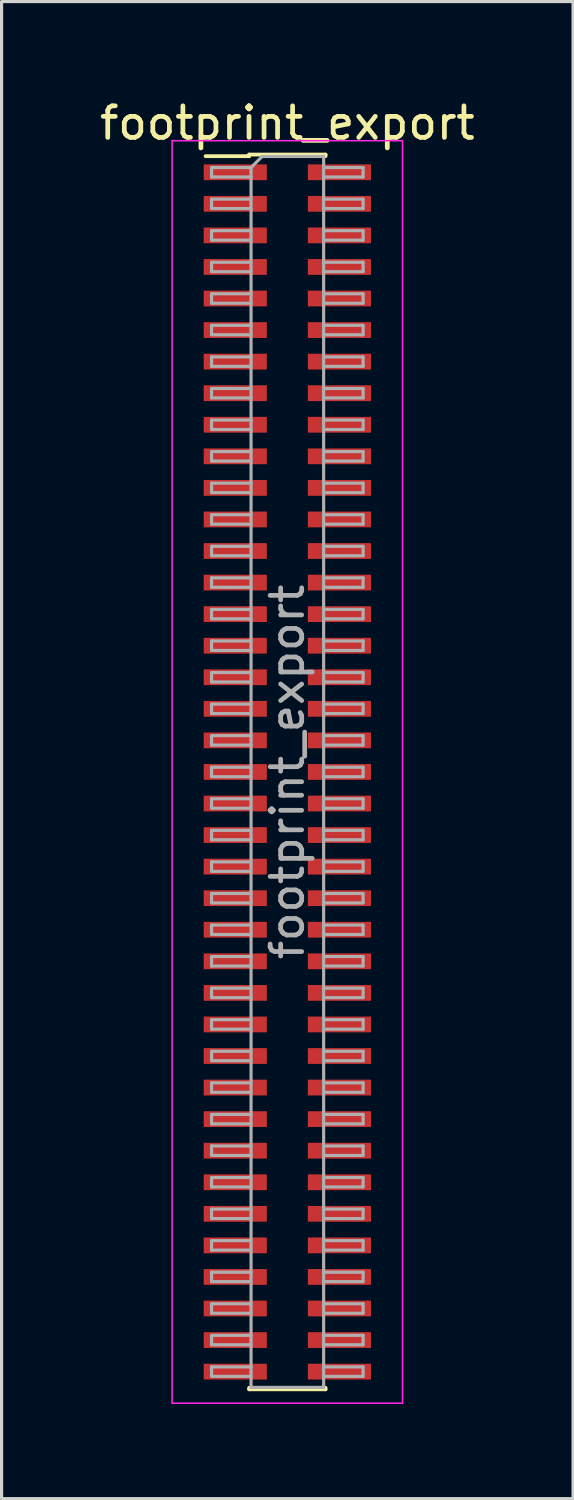
<source format=kicad_pcb>
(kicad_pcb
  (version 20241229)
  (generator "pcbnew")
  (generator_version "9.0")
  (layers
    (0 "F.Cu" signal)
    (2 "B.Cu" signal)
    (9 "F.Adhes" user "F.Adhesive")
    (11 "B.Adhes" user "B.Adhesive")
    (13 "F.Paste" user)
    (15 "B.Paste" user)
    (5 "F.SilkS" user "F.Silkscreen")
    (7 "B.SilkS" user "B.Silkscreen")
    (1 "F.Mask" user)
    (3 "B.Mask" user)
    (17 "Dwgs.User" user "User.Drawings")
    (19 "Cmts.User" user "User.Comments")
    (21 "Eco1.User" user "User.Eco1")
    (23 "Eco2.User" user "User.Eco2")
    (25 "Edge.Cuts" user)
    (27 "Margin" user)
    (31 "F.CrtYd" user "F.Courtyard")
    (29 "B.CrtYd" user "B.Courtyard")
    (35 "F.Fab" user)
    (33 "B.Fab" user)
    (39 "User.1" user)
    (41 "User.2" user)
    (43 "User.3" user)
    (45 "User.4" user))
  (footprint "footprint_export"
    (layer "F.Cu")
    (at 6.054 21.408)
    (property "Reference" "footprint_export" (at 0 -20.56 0) (layer "F.SilkS") (effects (font (size 1 1) (thickness 0.15))))
    (attr smd)
    (fp_line (start -2.59 -19.51) (end -1.21 -19.51) (stroke (width 0.12) (type solid)) (layer "F.SilkS"))
    (fp_line (start -1.21 -19.56) (end -1.21 -19.51) (stroke (width 0.12) (type solid)) (layer "F.SilkS"))
    (fp_line (start -1.21 -19.56) (end 1.21 -19.56) (stroke (width 0.12) (type solid)) (layer "F.SilkS"))
    (fp_line (start -1.21 19.51) (end -1.21 19.56) (stroke (width 0.12) (type solid)) (layer "F.SilkS"))
    (fp_line (start -1.21 19.56) (end 1.21 19.56) (stroke (width 0.12) (type solid)) (layer "F.SilkS"))
    (fp_line (start 1.21 -19.56) (end 1.21 -19.51) (stroke (width 0.12) (type solid)) (layer "F.SilkS"))
    (fp_line (start 1.21 19.51) (end 1.21 19.56) (stroke (width 0.12) (type solid)) (layer "F.SilkS"))
    (fp_line (start -3.65 -20) (end -3.65 20) (stroke (width 0.05) (type solid)) (layer "F.CrtYd"))
    (fp_line (start -3.65 20) (end 3.65 20) (stroke (width 0.05) (type solid)) (layer "F.CrtYd"))
    (fp_line (start 3.65 -20) (end -3.65 -20) (stroke (width 0.05) (type solid)) (layer "F.CrtYd"))
    (fp_line (start 3.65 20) (end 3.65 -20) (stroke (width 0.05) (type solid)) (layer "F.CrtYd"))
    (fp_line (start -2.4 -19.15) (end -2.4 -18.85) (stroke (width 0.1) (type solid)) (layer "F.Fab"))
    (fp_line (start -2.4 -18.85) (end -1.15 -18.85) (stroke (width 0.1) (type solid)) (layer "F.Fab"))
    (fp_line (start -2.4 -18.15) (end -2.4 -17.85) (stroke (width 0.1) (type solid)) (layer "F.Fab"))
    (fp_line (start -2.4 -17.85) (end -1.15 -17.85) (stroke (width 0.1) (type solid)) (layer "F.Fab"))
    (fp_line (start -2.4 -17.15) (end -2.4 -16.85) (stroke (width 0.1) (type solid)) (layer "F.Fab"))
    (fp_line (start -2.4 -16.85) (end -1.15 -16.85) (stroke (width 0.1) (type solid)) (layer "F.Fab"))
    (fp_line (start -2.4 -16.15) (end -2.4 -15.85) (stroke (width 0.1) (type solid)) (layer "F.Fab"))
    (fp_line (start -2.4 -15.85) (end -1.15 -15.85) (stroke (width 0.1) (type solid)) (layer "F.Fab"))
    (fp_line (start -2.4 -15.15) (end -2.4 -14.85) (stroke (width 0.1) (type solid)) (layer "F.Fab"))
    (fp_line (start -2.4 -14.85) (end -1.15 -14.85) (stroke (width 0.1) (type solid)) (layer "F.Fab"))
    (fp_line (start -2.4 -14.15) (end -2.4 -13.85) (stroke (width 0.1) (type solid)) (layer "F.Fab"))
    (fp_line (start -2.4 -13.85) (end -1.15 -13.85) (stroke (width 0.1) (type solid)) (layer "F.Fab"))
    (fp_line (start -2.4 -13.15) (end -2.4 -12.85) (stroke (width 0.1) (type solid)) (layer "F.Fab"))
    (fp_line (start -2.4 -12.85) (end -1.15 -12.85) (stroke (width 0.1) (type solid)) (layer "F.Fab"))
    (fp_line (start -2.4 -12.15) (end -2.4 -11.85) (stroke (width 0.1) (type solid)) (layer "F.Fab"))
    (fp_line (start -2.4 -11.85) (end -1.15 -11.85) (stroke (width 0.1) (type solid)) (layer "F.Fab"))
    (fp_line (start -2.4 -11.15) (end -2.4 -10.85) (stroke (width 0.1) (type solid)) (layer "F.Fab"))
    (fp_line (start -2.4 -10.85) (end -1.15 -10.85) (stroke (width 0.1) (type solid)) (layer "F.Fab"))
    (fp_line (start -2.4 -10.15) (end -2.4 -9.85) (stroke (width 0.1) (type solid)) (layer "F.Fab"))
    (fp_line (start -2.4 -9.85) (end -1.15 -9.85) (stroke (width 0.1) (type solid)) (layer "F.Fab"))
    (fp_line (start -2.4 -9.15) (end -2.4 -8.85) (stroke (width 0.1) (type solid)) (layer "F.Fab"))
    (fp_line (start -2.4 -8.85) (end -1.15 -8.85) (stroke (width 0.1) (type solid)) (layer "F.Fab"))
    (fp_line (start -2.4 -8.15) (end -2.4 -7.85) (stroke (width 0.1) (type solid)) (layer "F.Fab"))
    (fp_line (start -2.4 -7.85) (end -1.15 -7.85) (stroke (width 0.1) (type solid)) (layer "F.Fab"))
    (fp_line (start -2.4 -7.15) (end -2.4 -6.85) (stroke (width 0.1) (type solid)) (layer "F.Fab"))
    (fp_line (start -2.4 -6.85) (end -1.15 -6.85) (stroke (width 0.1) (type solid)) (layer "F.Fab"))
    (fp_line (start -2.4 -6.15) (end -2.4 -5.85) (stroke (width 0.1) (type solid)) (layer "F.Fab"))
    (fp_line (start -2.4 -5.85) (end -1.15 -5.85) (stroke (width 0.1) (type solid)) (layer "F.Fab"))
    (fp_line (start -2.4 -5.15) (end -2.4 -4.85) (stroke (width 0.1) (type solid)) (layer "F.Fab"))
    (fp_line (start -2.4 -4.85) (end -1.15 -4.85) (stroke (width 0.1) (type solid)) (layer "F.Fab"))
    (fp_line (start -2.4 -4.15) (end -2.4 -3.85) (stroke (width 0.1) (type solid)) (layer "F.Fab"))
    (fp_line (start -2.4 -3.85) (end -1.15 -3.85) (stroke (width 0.1) (type solid)) (layer "F.Fab"))
    (fp_line (start -2.4 -3.15) (end -2.4 -2.85) (stroke (width 0.1) (type solid)) (layer "F.Fab"))
    (fp_line (start -2.4 -2.85) (end -1.15 -2.85) (stroke (width 0.1) (type solid)) (layer "F.Fab"))
    (fp_line (start -2.4 -2.15) (end -2.4 -1.85) (stroke (width 0.1) (type solid)) (layer "F.Fab"))
    (fp_line (start -2.4 -1.85) (end -1.15 -1.85) (stroke (width 0.1) (type solid)) (layer "F.Fab"))
    (fp_line (start -2.4 -1.15) (end -2.4 -0.85) (stroke (width 0.1) (type solid)) (layer "F.Fab"))
    (fp_line (start -2.4 -0.85) (end -1.15 -0.85) (stroke (width 0.1) (type solid)) (layer "F.Fab"))
    (fp_line (start -2.4 -0.15) (end -2.4 0.15) (stroke (width 0.1) (type solid)) (layer "F.Fab"))
    (fp_line (start -2.4 0.15) (end -1.15 0.15) (stroke (width 0.1) (type solid)) (layer "F.Fab"))
    (fp_line (start -2.4 0.85) (end -2.4 1.15) (stroke (width 0.1) (type solid)) (layer "F.Fab"))
    (fp_line (start -2.4 1.15) (end -1.15 1.15) (stroke (width 0.1) (type solid)) (layer "F.Fab"))
    (fp_line (start -2.4 1.85) (end -2.4 2.15) (stroke (width 0.1) (type solid)) (layer "F.Fab"))
    (fp_line (start -2.4 2.15) (end -1.15 2.15) (stroke (width 0.1) (type solid)) (layer "F.Fab"))
    (fp_line (start -2.4 2.85) (end -2.4 3.15) (stroke (width 0.1) (type solid)) (layer "F.Fab"))
    (fp_line (start -2.4 3.15) (end -1.15 3.15) (stroke (width 0.1) (type solid)) (layer "F.Fab"))
    (fp_line (start -2.4 3.85) (end -2.4 4.15) (stroke (width 0.1) (type solid)) (layer "F.Fab"))
    (fp_line (start -2.4 4.15) (end -1.15 4.15) (stroke (width 0.1) (type solid)) (layer "F.Fab"))
    (fp_line (start -2.4 4.85) (end -2.4 5.15) (stroke (width 0.1) (type solid)) (layer "F.Fab"))
    (fp_line (start -2.4 5.15) (end -1.15 5.15) (stroke (width 0.1) (type solid)) (layer "F.Fab"))
    (fp_line (start -2.4 5.85) (end -2.4 6.15) (stroke (width 0.1) (type solid)) (layer "F.Fab"))
    (fp_line (start -2.4 6.15) (end -1.15 6.15) (stroke (width 0.1) (type solid)) (layer "F.Fab"))
    (fp_line (start -2.4 6.85) (end -2.4 7.15) (stroke (width 0.1) (type solid)) (layer "F.Fab"))
    (fp_line (start -2.4 7.15) (end -1.15 7.15) (stroke (width 0.1) (type solid)) (layer "F.Fab"))
    (fp_line (start -2.4 7.85) (end -2.4 8.15) (stroke (width 0.1) (type solid)) (layer "F.Fab"))
    (fp_line (start -2.4 8.15) (end -1.15 8.15) (stroke (width 0.1) (type solid)) (layer "F.Fab"))
    (fp_line (start -2.4 8.85) (end -2.4 9.15) (stroke (width 0.1) (type solid)) (layer "F.Fab"))
    (fp_line (start -2.4 9.15) (end -1.15 9.15) (stroke (width 0.1) (type solid)) (layer "F.Fab"))
    (fp_line (start -2.4 9.85) (end -2.4 10.15) (stroke (width 0.1) (type solid)) (layer "F.Fab"))
    (fp_line (start -2.4 10.15) (end -1.15 10.15) (stroke (width 0.1) (type solid)) (layer "F.Fab"))
    (fp_line (start -2.4 10.85) (end -2.4 11.15) (stroke (width 0.1) (type solid)) (layer "F.Fab"))
    (fp_line (start -2.4 11.15) (end -1.15 11.15) (stroke (width 0.1) (type solid)) (layer "F.Fab"))
    (fp_line (start -2.4 11.85) (end -2.4 12.15) (stroke (width 0.1) (type solid)) (layer "F.Fab"))
    (fp_line (start -2.4 12.15) (end -1.15 12.15) (stroke (width 0.1) (type solid)) (layer "F.Fab"))
    (fp_line (start -2.4 12.85) (end -2.4 13.15) (stroke (width 0.1) (type solid)) (layer "F.Fab"))
    (fp_line (start -2.4 13.15) (end -1.15 13.15) (stroke (width 0.1) (type solid)) (layer "F.Fab"))
    (fp_line (start -2.4 13.85) (end -2.4 14.15) (stroke (width 0.1) (type solid)) (layer "F.Fab"))
    (fp_line (start -2.4 14.15) (end -1.15 14.15) (stroke (width 0.1) (type solid)) (layer "F.Fab"))
    (fp_line (start -2.4 14.85) (end -2.4 15.15) (stroke (width 0.1) (type solid)) (layer "F.Fab"))
    (fp_line (start -2.4 15.15) (end -1.15 15.15) (stroke (width 0.1) (type solid)) (layer "F.Fab"))
    (fp_line (start -2.4 15.85) (end -2.4 16.15) (stroke (width 0.1) (type solid)) (layer "F.Fab"))
    (fp_line (start -2.4 16.15) (end -1.15 16.15) (stroke (width 0.1) (type solid)) (layer "F.Fab"))
    (fp_line (start -2.4 16.85) (end -2.4 17.15) (stroke (width 0.1) (type solid)) (layer "F.Fab"))
    (fp_line (start -2.4 17.15) (end -1.15 17.15) (stroke (width 0.1) (type solid)) (layer "F.Fab"))
    (fp_line (start -2.4 17.85) (end -2.4 18.15) (stroke (width 0.1) (type solid)) (layer "F.Fab"))
    (fp_line (start -2.4 18.15) (end -1.15 18.15) (stroke (width 0.1) (type solid)) (layer "F.Fab"))
    (fp_line (start -2.4 18.85) (end -2.4 19.15) (stroke (width 0.1) (type solid)) (layer "F.Fab"))
    (fp_line (start -2.4 19.15) (end -1.15 19.15) (stroke (width 0.1) (type solid)) (layer "F.Fab"))
    (fp_line (start -1.15 -19.15) (end -2.4 -19.15) (stroke (width 0.1) (type solid)) (layer "F.Fab"))
    (fp_line (start -1.15 -19.15) (end -0.8 -19.5) (stroke (width 0.1) (type solid)) (layer "F.Fab"))
    (fp_line (start -1.15 -18.15) (end -2.4 -18.15) (stroke (width 0.1) (type solid)) (layer "F.Fab"))
    (fp_line (start -1.15 -17.15) (end -2.4 -17.15) (stroke (width 0.1) (type solid)) (layer "F.Fab"))
    (fp_line (start -1.15 -16.15) (end -2.4 -16.15) (stroke (width 0.1) (type solid)) (layer "F.Fab"))
    (fp_line (start -1.15 -15.15) (end -2.4 -15.15) (stroke (width 0.1) (type solid)) (layer "F.Fab"))
    (fp_line (start -1.15 -14.15) (end -2.4 -14.15) (stroke (width 0.1) (type solid)) (layer "F.Fab"))
    (fp_line (start -1.15 -13.15) (end -2.4 -13.15) (stroke (width 0.1) (type solid)) (layer "F.Fab"))
    (fp_line (start -1.15 -12.15) (end -2.4 -12.15) (stroke (width 0.1) (type solid)) (layer "F.Fab"))
    (fp_line (start -1.15 -11.15) (end -2.4 -11.15) (stroke (width 0.1) (type solid)) (layer "F.Fab"))
    (fp_line (start -1.15 -10.15) (end -2.4 -10.15) (stroke (width 0.1) (type solid)) (layer "F.Fab"))
    (fp_line (start -1.15 -9.15) (end -2.4 -9.15) (stroke (width 0.1) (type solid)) (layer "F.Fab"))
    (fp_line (start -1.15 -8.15) (end -2.4 -8.15) (stroke (width 0.1) (type solid)) (layer "F.Fab"))
    (fp_line (start -1.15 -7.15) (end -2.4 -7.15) (stroke (width 0.1) (type solid)) (layer "F.Fab"))
    (fp_line (start -1.15 -6.15) (end -2.4 -6.15) (stroke (width 0.1) (type solid)) (layer "F.Fab"))
    (fp_line (start -1.15 -5.15) (end -2.4 -5.15) (stroke (width 0.1) (type solid)) (layer "F.Fab"))
    (fp_line (start -1.15 -4.15) (end -2.4 -4.15) (stroke (width 0.1) (type solid)) (layer "F.Fab"))
    (fp_line (start -1.15 -3.15) (end -2.4 -3.15) (stroke (width 0.1) (type solid)) (layer "F.Fab"))
    (fp_line (start -1.15 -2.15) (end -2.4 -2.15) (stroke (width 0.1) (type solid)) (layer "F.Fab"))
    (fp_line (start -1.15 -1.15) (end -2.4 -1.15) (stroke (width 0.1) (type solid)) (layer "F.Fab"))
    (fp_line (start -1.15 -0.15) (end -2.4 -0.15) (stroke (width 0.1) (type solid)) (layer "F.Fab"))
    (fp_line (start -1.15 0.85) (end -2.4 0.85) (stroke (width 0.1) (type solid)) (layer "F.Fab"))
    (fp_line (start -1.15 1.85) (end -2.4 1.85) (stroke (width 0.1) (type solid)) (layer "F.Fab"))
    (fp_line (start -1.15 2.85) (end -2.4 2.85) (stroke (width 0.1) (type solid)) (layer "F.Fab"))
    (fp_line (start -1.15 3.85) (end -2.4 3.85) (stroke (width 0.1) (type solid)) (layer "F.Fab"))
    (fp_line (start -1.15 4.85) (end -2.4 4.85) (stroke (width 0.1) (type solid)) (layer "F.Fab"))
    (fp_line (start -1.15 5.85) (end -2.4 5.85) (stroke (width 0.1) (type solid)) (layer "F.Fab"))
    (fp_line (start -1.15 6.85) (end -2.4 6.85) (stroke (width 0.1) (type solid)) (layer "F.Fab"))
    (fp_line (start -1.15 7.85) (end -2.4 7.85) (stroke (width 0.1) (type solid)) (layer "F.Fab"))
    (fp_line (start -1.15 8.85) (end -2.4 8.85) (stroke (width 0.1) (type solid)) (layer "F.Fab"))
    (fp_line (start -1.15 9.85) (end -2.4 9.85) (stroke (width 0.1) (type solid)) (layer "F.Fab"))
    (fp_line (start -1.15 10.85) (end -2.4 10.85) (stroke (width 0.1) (type solid)) (layer "F.Fab"))
    (fp_line (start -1.15 11.85) (end -2.4 11.85) (stroke (width 0.1) (type solid)) (layer "F.Fab"))
    (fp_line (start -1.15 12.85) (end -2.4 12.85) (stroke (width 0.1) (type solid)) (layer "F.Fab"))
    (fp_line (start -1.15 13.85) (end -2.4 13.85) (stroke (width 0.1) (type solid)) (layer "F.Fab"))
    (fp_line (start -1.15 14.85) (end -2.4 14.85) (stroke (width 0.1) (type solid)) (layer "F.Fab"))
    (fp_line (start -1.15 15.85) (end -2.4 15.85) (stroke (width 0.1) (type solid)) (layer "F.Fab"))
    (fp_line (start -1.15 16.85) (end -2.4 16.85) (stroke (width 0.1) (type solid)) (layer "F.Fab"))
    (fp_line (start -1.15 17.85) (end -2.4 17.85) (stroke (width 0.1) (type solid)) (layer "F.Fab"))
    (fp_line (start -1.15 18.85) (end -2.4 18.85) (stroke (width 0.1) (type solid)) (layer "F.Fab"))
    (fp_line (start -1.15 19.5) (end -1.15 -19.15) (stroke (width 0.1) (type solid)) (layer "F.Fab"))
    (fp_line (start -0.8 -19.5) (end 1.15 -19.5) (stroke (width 0.1) (type solid)) (layer "F.Fab"))
    (fp_line (start 1.15 -19.5) (end 1.15 19.5) (stroke (width 0.1) (type solid)) (layer "F.Fab"))
    (fp_line (start 1.15 -19.15) (end 2.4 -19.15) (stroke (width 0.1) (type solid)) (layer "F.Fab"))
    (fp_line (start 1.15 -18.15) (end 2.4 -18.15) (stroke (width 0.1) (type solid)) (layer "F.Fab"))
    (fp_line (start 1.15 -17.15) (end 2.4 -17.15) (stroke (width 0.1) (type solid)) (layer "F.Fab"))
    (fp_line (start 1.15 -16.15) (end 2.4 -16.15) (stroke (width 0.1) (type solid)) (layer "F.Fab"))
    (fp_line (start 1.15 -15.15) (end 2.4 -15.15) (stroke (width 0.1) (type solid)) (layer "F.Fab"))
    (fp_line (start 1.15 -14.15) (end 2.4 -14.15) (stroke (width 0.1) (type solid)) (layer "F.Fab"))
    (fp_line (start 1.15 -13.15) (end 2.4 -13.15) (stroke (width 0.1) (type solid)) (layer "F.Fab"))
    (fp_line (start 1.15 -12.15) (end 2.4 -12.15) (stroke (width 0.1) (type solid)) (layer "F.Fab"))
    (fp_line (start 1.15 -11.15) (end 2.4 -11.15) (stroke (width 0.1) (type solid)) (layer "F.Fab"))
    (fp_line (start 1.15 -10.15) (end 2.4 -10.15) (stroke (width 0.1) (type solid)) (layer "F.Fab"))
    (fp_line (start 1.15 -9.15) (end 2.4 -9.15) (stroke (width 0.1) (type solid)) (layer "F.Fab"))
    (fp_line (start 1.15 -8.15) (end 2.4 -8.15) (stroke (width 0.1) (type solid)) (layer "F.Fab"))
    (fp_line (start 1.15 -7.15) (end 2.4 -7.15) (stroke (width 0.1) (type solid)) (layer "F.Fab"))
    (fp_line (start 1.15 -6.15) (end 2.4 -6.15) (stroke (width 0.1) (type solid)) (layer "F.Fab"))
    (fp_line (start 1.15 -5.15) (end 2.4 -5.15) (stroke (width 0.1) (type solid)) (layer "F.Fab"))
    (fp_line (start 1.15 -4.15) (end 2.4 -4.15) (stroke (width 0.1) (type solid)) (layer "F.Fab"))
    (fp_line (start 1.15 -3.15) (end 2.4 -3.15) (stroke (width 0.1) (type solid)) (layer "F.Fab"))
    (fp_line (start 1.15 -2.15) (end 2.4 -2.15) (stroke (width 0.1) (type solid)) (layer "F.Fab"))
    (fp_line (start 1.15 -1.15) (end 2.4 -1.15) (stroke (width 0.1) (type solid)) (layer "F.Fab"))
    (fp_line (start 1.15 -0.15) (end 2.4 -0.15) (stroke (width 0.1) (type solid)) (layer "F.Fab"))
    (fp_line (start 1.15 0.85) (end 2.4 0.85) (stroke (width 0.1) (type solid)) (layer "F.Fab"))
    (fp_line (start 1.15 1.85) (end 2.4 1.85) (stroke (width 0.1) (type solid)) (layer "F.Fab"))
    (fp_line (start 1.15 2.85) (end 2.4 2.85) (stroke (width 0.1) (type solid)) (layer "F.Fab"))
    (fp_line (start 1.15 3.85) (end 2.4 3.85) (stroke (width 0.1) (type solid)) (layer "F.Fab"))
    (fp_line (start 1.15 4.85) (end 2.4 4.85) (stroke (width 0.1) (type solid)) (layer "F.Fab"))
    (fp_line (start 1.15 5.85) (end 2.4 5.85) (stroke (width 0.1) (type solid)) (layer "F.Fab"))
    (fp_line (start 1.15 6.85) (end 2.4 6.85) (stroke (width 0.1) (type solid)) (layer "F.Fab"))
    (fp_line (start 1.15 7.85) (end 2.4 7.85) (stroke (width 0.1) (type solid)) (layer "F.Fab"))
    (fp_line (start 1.15 8.85) (end 2.4 8.85) (stroke (width 0.1) (type solid)) (layer "F.Fab"))
    (fp_line (start 1.15 9.85) (end 2.4 9.85) (stroke (width 0.1) (type solid)) (layer "F.Fab"))
    (fp_line (start 1.15 10.85) (end 2.4 10.85) (stroke (width 0.1) (type solid)) (layer "F.Fab"))
    (fp_line (start 1.15 11.85) (end 2.4 11.85) (stroke (width 0.1) (type solid)) (layer "F.Fab"))
    (fp_line (start 1.15 12.85) (end 2.4 12.85) (stroke (width 0.1) (type solid)) (layer "F.Fab"))
    (fp_line (start 1.15 13.85) (end 2.4 13.85) (stroke (width 0.1) (type solid)) (layer "F.Fab"))
    (fp_line (start 1.15 14.85) (end 2.4 14.85) (stroke (width 0.1) (type solid)) (layer "F.Fab"))
    (fp_line (start 1.15 15.85) (end 2.4 15.85) (stroke (width 0.1) (type solid)) (layer "F.Fab"))
    (fp_line (start 1.15 16.85) (end 2.4 16.85) (stroke (width 0.1) (type solid)) (layer "F.Fab"))
    (fp_line (start 1.15 17.85) (end 2.4 17.85) (stroke (width 0.1) (type solid)) (layer "F.Fab"))
    (fp_line (start 1.15 18.85) (end 2.4 18.85) (stroke (width 0.1) (type solid)) (layer "F.Fab"))
    (fp_line (start 1.15 19.5) (end -1.15 19.5) (stroke (width 0.1) (type solid)) (layer "F.Fab"))
    (fp_line (start 2.4 -19.15) (end 2.4 -18.85) (stroke (width 0.1) (type solid)) (layer "F.Fab"))
    (fp_line (start 2.4 -18.85) (end 1.15 -18.85) (stroke (width 0.1) (type solid)) (layer "F.Fab"))
    (fp_line (start 2.4 -18.15) (end 2.4 -17.85) (stroke (width 0.1) (type solid)) (layer "F.Fab"))
    (fp_line (start 2.4 -17.85) (end 1.15 -17.85) (stroke (width 0.1) (type solid)) (layer "F.Fab"))
    (fp_line (start 2.4 -17.15) (end 2.4 -16.85) (stroke (width 0.1) (type solid)) (layer "F.Fab"))
    (fp_line (start 2.4 -16.85) (end 1.15 -16.85) (stroke (width 0.1) (type solid)) (layer "F.Fab"))
    (fp_line (start 2.4 -16.15) (end 2.4 -15.85) (stroke (width 0.1) (type solid)) (layer "F.Fab"))
    (fp_line (start 2.4 -15.85) (end 1.15 -15.85) (stroke (width 0.1) (type solid)) (layer "F.Fab"))
    (fp_line (start 2.4 -15.15) (end 2.4 -14.85) (stroke (width 0.1) (type solid)) (layer "F.Fab"))
    (fp_line (start 2.4 -14.85) (end 1.15 -14.85) (stroke (width 0.1) (type solid)) (layer "F.Fab"))
    (fp_line (start 2.4 -14.15) (end 2.4 -13.85) (stroke (width 0.1) (type solid)) (layer "F.Fab"))
    (fp_line (start 2.4 -13.85) (end 1.15 -13.85) (stroke (width 0.1) (type solid)) (layer "F.Fab"))
    (fp_line (start 2.4 -13.15) (end 2.4 -12.85) (stroke (width 0.1) (type solid)) (layer "F.Fab"))
    (fp_line (start 2.4 -12.85) (end 1.15 -12.85) (stroke (width 0.1) (type solid)) (layer "F.Fab"))
    (fp_line (start 2.4 -12.15) (end 2.4 -11.85) (stroke (width 0.1) (type solid)) (layer "F.Fab"))
    (fp_line (start 2.4 -11.85) (end 1.15 -11.85) (stroke (width 0.1) (type solid)) (layer "F.Fab"))
    (fp_line (start 2.4 -11.15) (end 2.4 -10.85) (stroke (width 0.1) (type solid)) (layer "F.Fab"))
    (fp_line (start 2.4 -10.85) (end 1.15 -10.85) (stroke (width 0.1) (type solid)) (layer "F.Fab"))
    (fp_line (start 2.4 -10.15) (end 2.4 -9.85) (stroke (width 0.1) (type solid)) (layer "F.Fab"))
    (fp_line (start 2.4 -9.85) (end 1.15 -9.85) (stroke (width 0.1) (type solid)) (layer "F.Fab"))
    (fp_line (start 2.4 -9.15) (end 2.4 -8.85) (stroke (width 0.1) (type solid)) (layer "F.Fab"))
    (fp_line (start 2.4 -8.85) (end 1.15 -8.85) (stroke (width 0.1) (type solid)) (layer "F.Fab"))
    (fp_line (start 2.4 -8.15) (end 2.4 -7.85) (stroke (width 0.1) (type solid)) (layer "F.Fab"))
    (fp_line (start 2.4 -7.85) (end 1.15 -7.85) (stroke (width 0.1) (type solid)) (layer "F.Fab"))
    (fp_line (start 2.4 -7.15) (end 2.4 -6.85) (stroke (width 0.1) (type solid)) (layer "F.Fab"))
    (fp_line (start 2.4 -6.85) (end 1.15 -6.85) (stroke (width 0.1) (type solid)) (layer "F.Fab"))
    (fp_line (start 2.4 -6.15) (end 2.4 -5.85) (stroke (width 0.1) (type solid)) (layer "F.Fab"))
    (fp_line (start 2.4 -5.85) (end 1.15 -5.85) (stroke (width 0.1) (type solid)) (layer "F.Fab"))
    (fp_line (start 2.4 -5.15) (end 2.4 -4.85) (stroke (width 0.1) (type solid)) (layer "F.Fab"))
    (fp_line (start 2.4 -4.85) (end 1.15 -4.85) (stroke (width 0.1) (type solid)) (layer "F.Fab"))
    (fp_line (start 2.4 -4.15) (end 2.4 -3.85) (stroke (width 0.1) (type solid)) (layer "F.Fab"))
    (fp_line (start 2.4 -3.85) (end 1.15 -3.85) (stroke (width 0.1) (type solid)) (layer "F.Fab"))
    (fp_line (start 2.4 -3.15) (end 2.4 -2.85) (stroke (width 0.1) (type solid)) (layer "F.Fab"))
    (fp_line (start 2.4 -2.85) (end 1.15 -2.85) (stroke (width 0.1) (type solid)) (layer "F.Fab"))
    (fp_line (start 2.4 -2.15) (end 2.4 -1.85) (stroke (width 0.1) (type solid)) (layer "F.Fab"))
    (fp_line (start 2.4 -1.85) (end 1.15 -1.85) (stroke (width 0.1) (type solid)) (layer "F.Fab"))
    (fp_line (start 2.4 -1.15) (end 2.4 -0.85) (stroke (width 0.1) (type solid)) (layer "F.Fab"))
    (fp_line (start 2.4 -0.85) (end 1.15 -0.85) (stroke (width 0.1) (type solid)) (layer "F.Fab"))
    (fp_line (start 2.4 -0.15) (end 2.4 0.15) (stroke (width 0.1) (type solid)) (layer "F.Fab"))
    (fp_line (start 2.4 0.15) (end 1.15 0.15) (stroke (width 0.1) (type solid)) (layer "F.Fab"))
    (fp_line (start 2.4 0.85) (end 2.4 1.15) (stroke (width 0.1) (type solid)) (layer "F.Fab"))
    (fp_line (start 2.4 1.15) (end 1.15 1.15) (stroke (width 0.1) (type solid)) (layer "F.Fab"))
    (fp_line (start 2.4 1.85) (end 2.4 2.15) (stroke (width 0.1) (type solid)) (layer "F.Fab"))
    (fp_line (start 2.4 2.15) (end 1.15 2.15) (stroke (width 0.1) (type solid)) (layer "F.Fab"))
    (fp_line (start 2.4 2.85) (end 2.4 3.15) (stroke (width 0.1) (type solid)) (layer "F.Fab"))
    (fp_line (start 2.4 3.15) (end 1.15 3.15) (stroke (width 0.1) (type solid)) (layer "F.Fab"))
    (fp_line (start 2.4 3.85) (end 2.4 4.15) (stroke (width 0.1) (type solid)) (layer "F.Fab"))
    (fp_line (start 2.4 4.15) (end 1.15 4.15) (stroke (width 0.1) (type solid)) (layer "F.Fab"))
    (fp_line (start 2.4 4.85) (end 2.4 5.15) (stroke (width 0.1) (type solid)) (layer "F.Fab"))
    (fp_line (start 2.4 5.15) (end 1.15 5.15) (stroke (width 0.1) (type solid)) (layer "F.Fab"))
    (fp_line (start 2.4 5.85) (end 2.4 6.15) (stroke (width 0.1) (type solid)) (layer "F.Fab"))
    (fp_line (start 2.4 6.15) (end 1.15 6.15) (stroke (width 0.1) (type solid)) (layer "F.Fab"))
    (fp_line (start 2.4 6.85) (end 2.4 7.15) (stroke (width 0.1) (type solid)) (layer "F.Fab"))
    (fp_line (start 2.4 7.15) (end 1.15 7.15) (stroke (width 0.1) (type solid)) (layer "F.Fab"))
    (fp_line (start 2.4 7.85) (end 2.4 8.15) (stroke (width 0.1) (type solid)) (layer "F.Fab"))
    (fp_line (start 2.4 8.15) (end 1.15 8.15) (stroke (width 0.1) (type solid)) (layer "F.Fab"))
    (fp_line (start 2.4 8.85) (end 2.4 9.15) (stroke (width 0.1) (type solid)) (layer "F.Fab"))
    (fp_line (start 2.4 9.15) (end 1.15 9.15) (stroke (width 0.1) (type solid)) (layer "F.Fab"))
    (fp_line (start 2.4 9.85) (end 2.4 10.15) (stroke (width 0.1) (type solid)) (layer "F.Fab"))
    (fp_line (start 2.4 10.15) (end 1.15 10.15) (stroke (width 0.1) (type solid)) (layer "F.Fab"))
    (fp_line (start 2.4 10.85) (end 2.4 11.15) (stroke (width 0.1) (type solid)) (layer "F.Fab"))
    (fp_line (start 2.4 11.15) (end 1.15 11.15) (stroke (width 0.1) (type solid)) (layer "F.Fab"))
    (fp_line (start 2.4 11.85) (end 2.4 12.15) (stroke (width 0.1) (type solid)) (layer "F.Fab"))
    (fp_line (start 2.4 12.15) (end 1.15 12.15) (stroke (width 0.1) (type solid)) (layer "F.Fab"))
    (fp_line (start 2.4 12.85) (end 2.4 13.15) (stroke (width 0.1) (type solid)) (layer "F.Fab"))
    (fp_line (start 2.4 13.15) (end 1.15 13.15) (stroke (width 0.1) (type solid)) (layer "F.Fab"))
    (fp_line (start 2.4 13.85) (end 2.4 14.15) (stroke (width 0.1) (type solid)) (layer "F.Fab"))
    (fp_line (start 2.4 14.15) (end 1.15 14.15) (stroke (width 0.1) (type solid)) (layer "F.Fab"))
    (fp_line (start 2.4 14.85) (end 2.4 15.15) (stroke (width 0.1) (type solid)) (layer "F.Fab"))
    (fp_line (start 2.4 15.15) (end 1.15 15.15) (stroke (width 0.1) (type solid)) (layer "F.Fab"))
    (fp_line (start 2.4 15.85) (end 2.4 16.15) (stroke (width 0.1) (type solid)) (layer "F.Fab"))
    (fp_line (start 2.4 16.15) (end 1.15 16.15) (stroke (width 0.1) (type solid)) (layer "F.Fab"))
    (fp_line (start 2.4 16.85) (end 2.4 17.15) (stroke (width 0.1) (type solid)) (layer "F.Fab"))
    (fp_line (start 2.4 17.15) (end 1.15 17.15) (stroke (width 0.1) (type solid)) (layer "F.Fab"))
    (fp_line (start 2.4 17.85) (end 2.4 18.15) (stroke (width 0.1) (type solid)) (layer "F.Fab"))
    (fp_line (start 2.4 18.15) (end 1.15 18.15) (stroke (width 0.1) (type solid)) (layer "F.Fab"))
    (fp_line (start 2.4 18.85) (end 2.4 19.15) (stroke (width 0.1) (type solid)) (layer "F.Fab"))
    (fp_line (start 2.4 19.15) (end 1.15 19.15) (stroke (width 0.1) (type solid)) (layer "F.Fab"))
    (fp_text user "${REFERENCE}" (at 0 0 90) (layer "F.Fab") (effects (font (size 1 1) (thickness 0.15))))
    (pad "1" smd rect (at -1.65 -19) (size 2 0.5) (layers "F.Cu" "F.Mask" "F.Paste"))
    (pad "2" smd rect (at 1.65 -19) (size 2 0.5) (layers "F.Cu" "F.Mask" "F.Paste"))
    (pad "3" smd rect (at -1.65 -18) (size 2 0.5) (layers "F.Cu" "F.Mask" "F.Paste"))
    (pad "4" smd rect (at 1.65 -18) (size 2 0.5) (layers "F.Cu" "F.Mask" "F.Paste"))
    (pad "5" smd rect (at -1.65 -17) (size 2 0.5) (layers "F.Cu" "F.Mask" "F.Paste"))
    (pad "6" smd rect (at 1.65 -17) (size 2 0.5) (layers "F.Cu" "F.Mask" "F.Paste"))
    (pad "7" smd rect (at -1.65 -16) (size 2 0.5) (layers "F.Cu" "F.Mask" "F.Paste"))
    (pad "8" smd rect (at 1.65 -16) (size 2 0.5) (layers "F.Cu" "F.Mask" "F.Paste"))
    (pad "9" smd rect (at -1.65 -15) (size 2 0.5) (layers "F.Cu" "F.Mask" "F.Paste"))
    (pad "10" smd rect (at 1.65 -15) (size 2 0.5) (layers "F.Cu" "F.Mask" "F.Paste"))
    (pad "11" smd rect (at -1.65 -14) (size 2 0.5) (layers "F.Cu" "F.Mask" "F.Paste"))
    (pad "12" smd rect (at 1.65 -14) (size 2 0.5) (layers "F.Cu" "F.Mask" "F.Paste"))
    (pad "13" smd rect (at -1.65 -13) (size 2 0.5) (layers "F.Cu" "F.Mask" "F.Paste"))
    (pad "14" smd rect (at 1.65 -13) (size 2 0.5) (layers "F.Cu" "F.Mask" "F.Paste"))
    (pad "15" smd rect (at -1.65 -12) (size 2 0.5) (layers "F.Cu" "F.Mask" "F.Paste"))
    (pad "16" smd rect (at 1.65 -12) (size 2 0.5) (layers "F.Cu" "F.Mask" "F.Paste"))
    (pad "17" smd rect (at -1.65 -11) (size 2 0.5) (layers "F.Cu" "F.Mask" "F.Paste"))
    (pad "18" smd rect (at 1.65 -11) (size 2 0.5) (layers "F.Cu" "F.Mask" "F.Paste"))
    (pad "19" smd rect (at -1.65 -10) (size 2 0.5) (layers "F.Cu" "F.Mask" "F.Paste"))
    (pad "20" smd rect (at 1.65 -10) (size 2 0.5) (layers "F.Cu" "F.Mask" "F.Paste"))
    (pad "21" smd rect (at -1.65 -9) (size 2 0.5) (layers "F.Cu" "F.Mask" "F.Paste"))
    (pad "22" smd rect (at 1.65 -9) (size 2 0.5) (layers "F.Cu" "F.Mask" "F.Paste"))
    (pad "23" smd rect (at -1.65 -8) (size 2 0.5) (layers "F.Cu" "F.Mask" "F.Paste"))
    (pad "24" smd rect (at 1.65 -8) (size 2 0.5) (layers "F.Cu" "F.Mask" "F.Paste"))
    (pad "25" smd rect (at -1.65 -7) (size 2 0.5) (layers "F.Cu" "F.Mask" "F.Paste"))
    (pad "26" smd rect (at 1.65 -7) (size 2 0.5) (layers "F.Cu" "F.Mask" "F.Paste"))
    (pad "27" smd rect (at -1.65 -6) (size 2 0.5) (layers "F.Cu" "F.Mask" "F.Paste"))
    (pad "28" smd rect (at 1.65 -6) (size 2 0.5) (layers "F.Cu" "F.Mask" "F.Paste"))
    (pad "29" smd rect (at -1.65 -5) (size 2 0.5) (layers "F.Cu" "F.Mask" "F.Paste"))
    (pad "30" smd rect (at 1.65 -5) (size 2 0.5) (layers "F.Cu" "F.Mask" "F.Paste"))
    (pad "31" smd rect (at -1.65 -4) (size 2 0.5) (layers "F.Cu" "F.Mask" "F.Paste"))
    (pad "32" smd rect (at 1.65 -4) (size 2 0.5) (layers "F.Cu" "F.Mask" "F.Paste"))
    (pad "33" smd rect (at -1.65 -3) (size 2 0.5) (layers "F.Cu" "F.Mask" "F.Paste"))
    (pad "34" smd rect (at 1.65 -3) (size 2 0.5) (layers "F.Cu" "F.Mask" "F.Paste"))
    (pad "35" smd rect (at -1.65 -2) (size 2 0.5) (layers "F.Cu" "F.Mask" "F.Paste"))
    (pad "36" smd rect (at 1.65 -2) (size 2 0.5) (layers "F.Cu" "F.Mask" "F.Paste"))
    (pad "37" smd rect (at -1.65 -1) (size 2 0.5) (layers "F.Cu" "F.Mask" "F.Paste"))
    (pad "38" smd rect (at 1.65 -1) (size 2 0.5) (layers "F.Cu" "F.Mask" "F.Paste"))
    (pad "39" smd rect (at -1.65 0) (size 2 0.5) (layers "F.Cu" "F.Mask" "F.Paste"))
    (pad "40" smd rect (at 1.65 0) (size 2 0.5) (layers "F.Cu" "F.Mask" "F.Paste"))
    (pad "41" smd rect (at -1.65 1) (size 2 0.5) (layers "F.Cu" "F.Mask" "F.Paste"))
    (pad "42" smd rect (at 1.65 1) (size 2 0.5) (layers "F.Cu" "F.Mask" "F.Paste"))
    (pad "43" smd rect (at -1.65 2) (size 2 0.5) (layers "F.Cu" "F.Mask" "F.Paste"))
    (pad "44" smd rect (at 1.65 2) (size 2 0.5) (layers "F.Cu" "F.Mask" "F.Paste"))
    (pad "45" smd rect (at -1.65 3) (size 2 0.5) (layers "F.Cu" "F.Mask" "F.Paste"))
    (pad "46" smd rect (at 1.65 3) (size 2 0.5) (layers "F.Cu" "F.Mask" "F.Paste"))
    (pad "47" smd rect (at -1.65 4) (size 2 0.5) (layers "F.Cu" "F.Mask" "F.Paste"))
    (pad "48" smd rect (at 1.65 4) (size 2 0.5) (layers "F.Cu" "F.Mask" "F.Paste"))
    (pad "49" smd rect (at -1.65 5) (size 2 0.5) (layers "F.Cu" "F.Mask" "F.Paste"))
    (pad "50" smd rect (at 1.65 5) (size 2 0.5) (layers "F.Cu" "F.Mask" "F.Paste"))
    (pad "51" smd rect (at -1.65 6) (size 2 0.5) (layers "F.Cu" "F.Mask" "F.Paste"))
    (pad "52" smd rect (at 1.65 6) (size 2 0.5) (layers "F.Cu" "F.Mask" "F.Paste"))
    (pad "53" smd rect (at -1.65 7) (size 2 0.5) (layers "F.Cu" "F.Mask" "F.Paste"))
    (pad "54" smd rect (at 1.65 7) (size 2 0.5) (layers "F.Cu" "F.Mask" "F.Paste"))
    (pad "55" smd rect (at -1.65 8) (size 2 0.5) (layers "F.Cu" "F.Mask" "F.Paste"))
    (pad "56" smd rect (at 1.65 8) (size 2 0.5) (layers "F.Cu" "F.Mask" "F.Paste"))
    (pad "57" smd rect (at -1.65 9) (size 2 0.5) (layers "F.Cu" "F.Mask" "F.Paste"))
    (pad "58" smd rect (at 1.65 9) (size 2 0.5) (layers "F.Cu" "F.Mask" "F.Paste"))
    (pad "59" smd rect (at -1.65 10) (size 2 0.5) (layers "F.Cu" "F.Mask" "F.Paste"))
    (pad "60" smd rect (at 1.65 10) (size 2 0.5) (layers "F.Cu" "F.Mask" "F.Paste"))
    (pad "61" smd rect (at -1.65 11) (size 2 0.5) (layers "F.Cu" "F.Mask" "F.Paste"))
    (pad "62" smd rect (at 1.65 11) (size 2 0.5) (layers "F.Cu" "F.Mask" "F.Paste"))
    (pad "63" smd rect (at -1.65 12) (size 2 0.5) (layers "F.Cu" "F.Mask" "F.Paste"))
    (pad "64" smd rect (at 1.65 12) (size 2 0.5) (layers "F.Cu" "F.Mask" "F.Paste"))
    (pad "65" smd rect (at -1.65 13) (size 2 0.5) (layers "F.Cu" "F.Mask" "F.Paste"))
    (pad "66" smd rect (at 1.65 13) (size 2 0.5) (layers "F.Cu" "F.Mask" "F.Paste"))
    (pad "67" smd rect (at -1.65 14) (size 2 0.5) (layers "F.Cu" "F.Mask" "F.Paste"))
    (pad "68" smd rect (at 1.65 14) (size 2 0.5) (layers "F.Cu" "F.Mask" "F.Paste"))
    (pad "69" smd rect (at -1.65 15) (size 2 0.5) (layers "F.Cu" "F.Mask" "F.Paste"))
    (pad "70" smd rect (at 1.65 15) (size 2 0.5) (layers "F.Cu" "F.Mask" "F.Paste"))
    (pad "71" smd rect (at -1.65 16) (size 2 0.5) (layers "F.Cu" "F.Mask" "F.Paste"))
    (pad "72" smd rect (at 1.65 16) (size 2 0.5) (layers "F.Cu" "F.Mask" "F.Paste"))
    (pad "73" smd rect (at -1.65 17) (size 2 0.5) (layers "F.Cu" "F.Mask" "F.Paste"))
    (pad "74" smd rect (at 1.65 17) (size 2 0.5) (layers "F.Cu" "F.Mask" "F.Paste"))
    (pad "75" smd rect (at -1.65 18) (size 2 0.5) (layers "F.Cu" "F.Mask" "F.Paste"))
    (pad "76" smd rect (at 1.65 18) (size 2 0.5) (layers "F.Cu" "F.Mask" "F.Paste"))
    (pad "77" smd rect (at -1.65 19) (size 2 0.5) (layers "F.Cu" "F.Mask" "F.Paste"))
    (pad "78" smd rect (at 1.65 19) (size 2 0.5) (layers "F.Cu" "F.Mask" "F.Paste")))
  (gr_rect
    (start -3 -3)
    (end 15.107 44.433)
    (stroke (width 0.1) (type default))
    (fill no)
    (layer "Edge.Cuts")))
</source>
